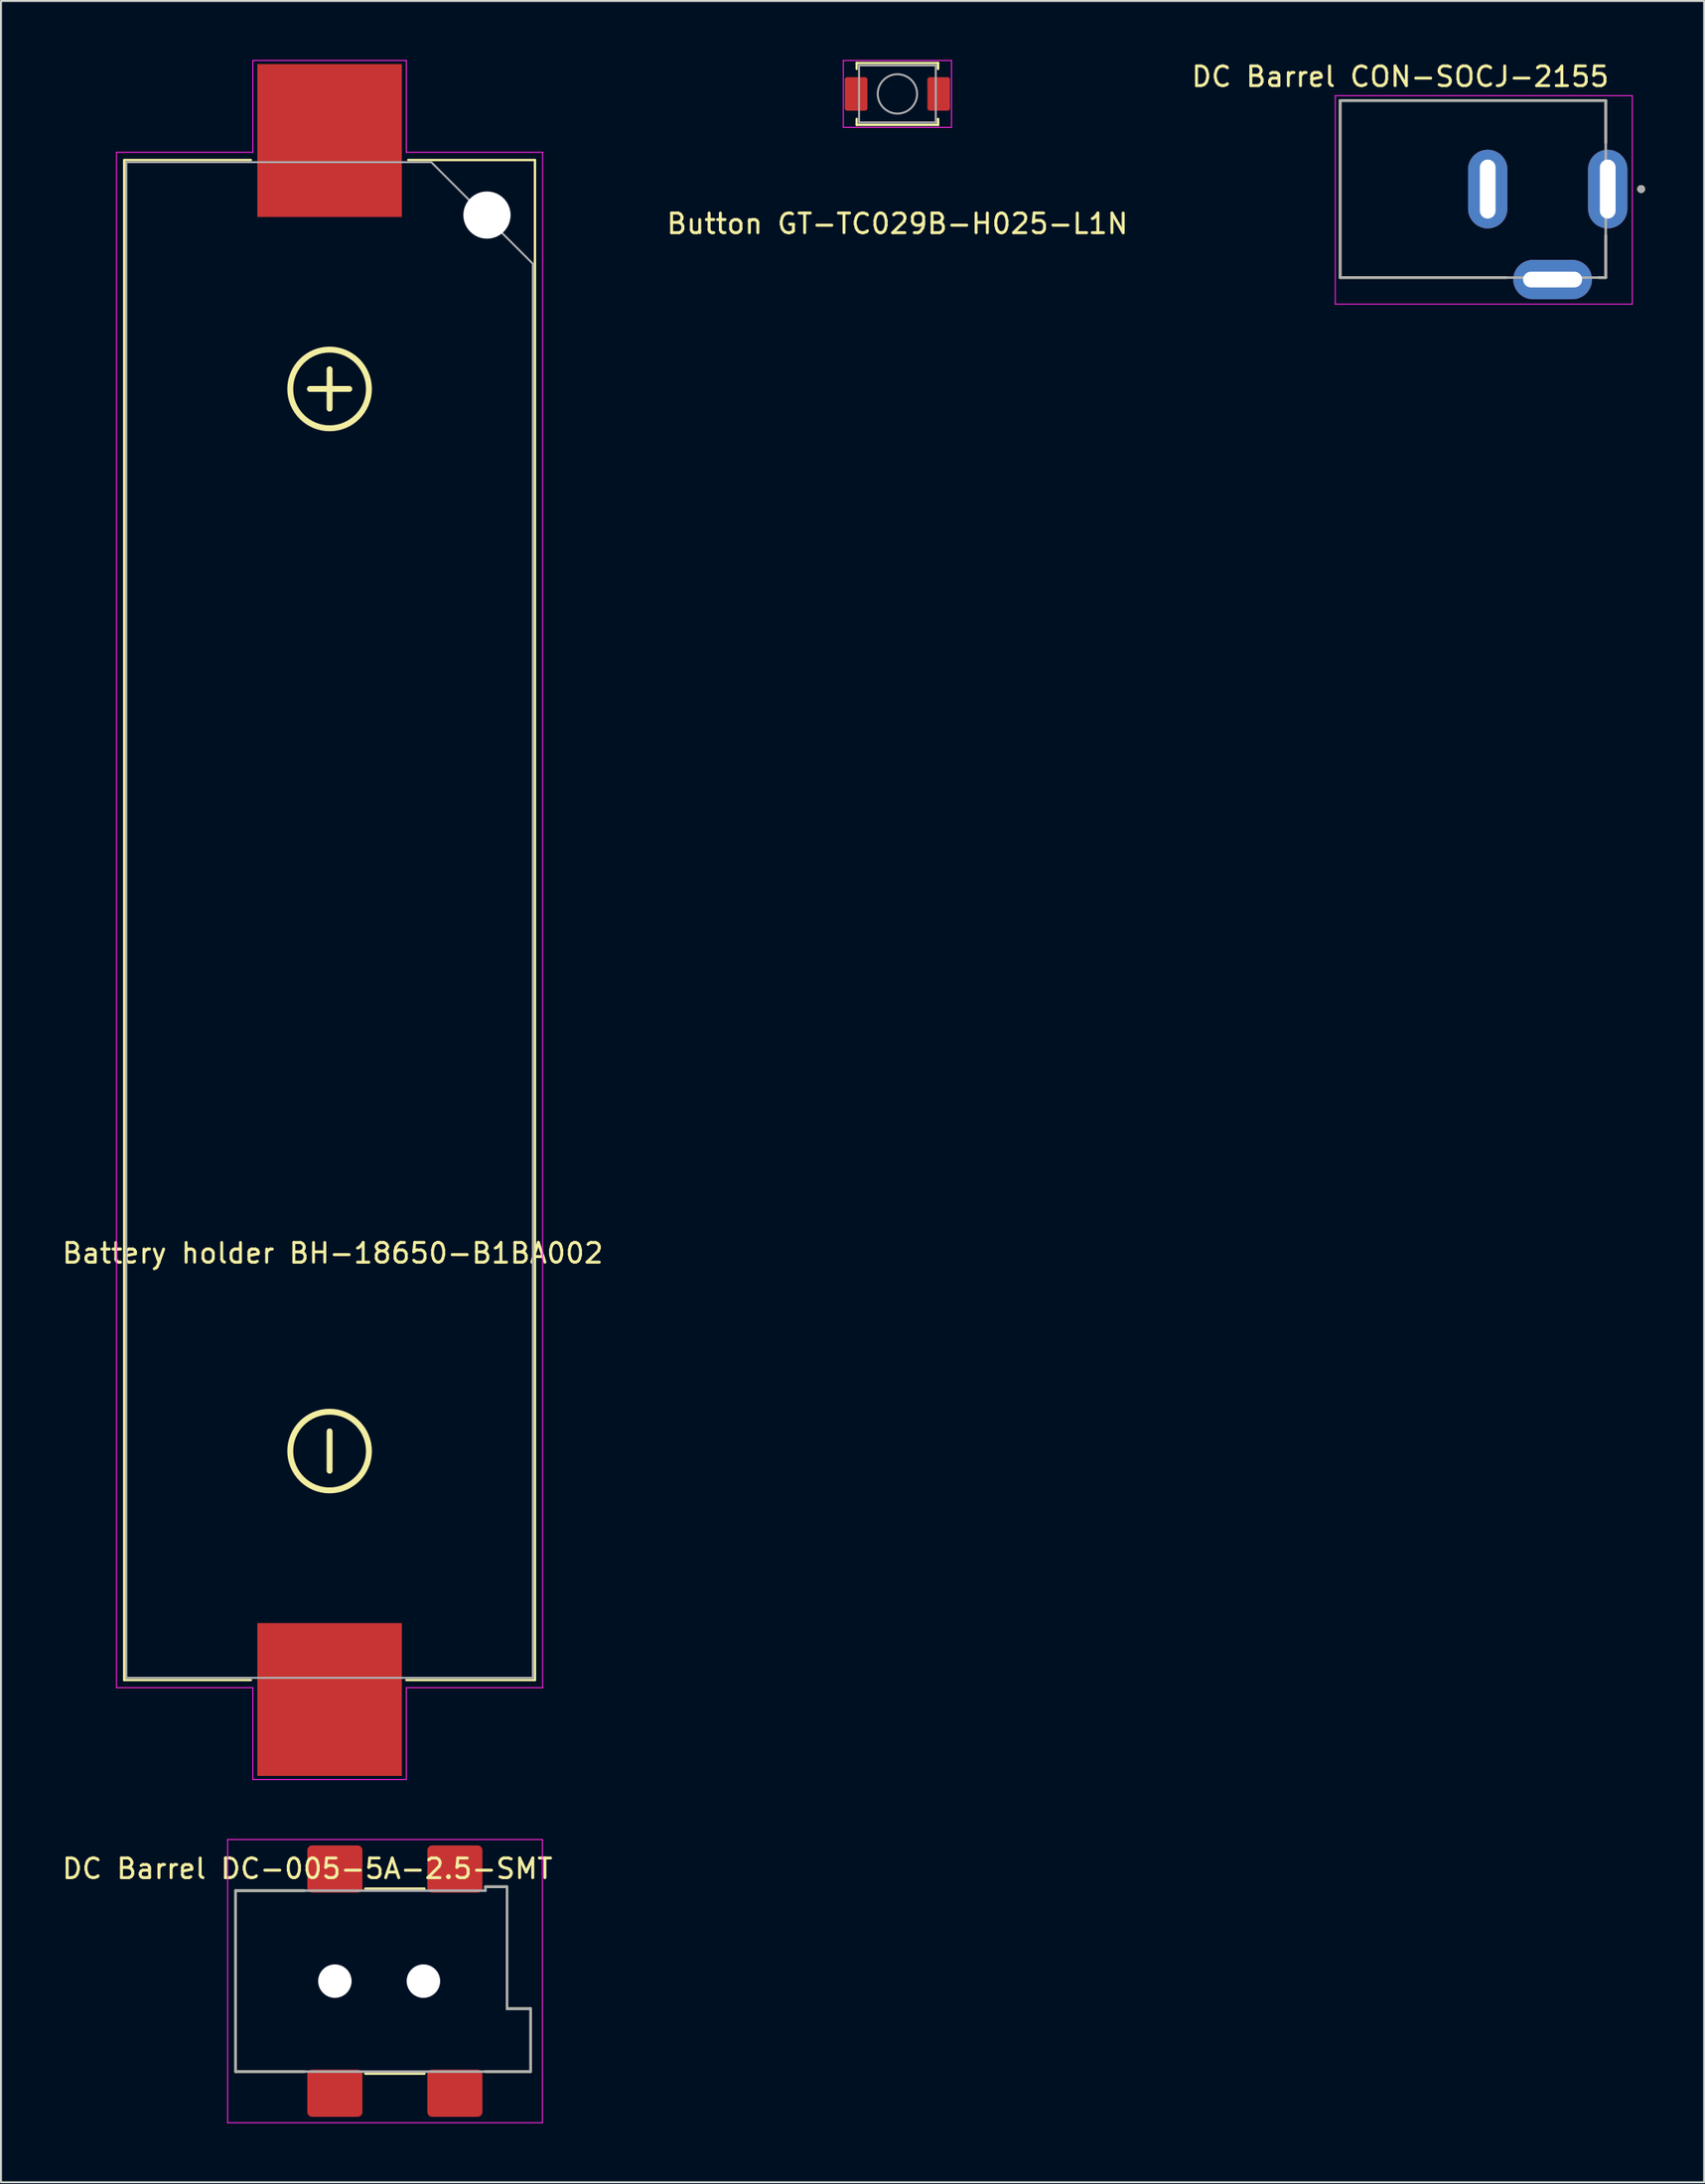
<source format=kicad_pcb>
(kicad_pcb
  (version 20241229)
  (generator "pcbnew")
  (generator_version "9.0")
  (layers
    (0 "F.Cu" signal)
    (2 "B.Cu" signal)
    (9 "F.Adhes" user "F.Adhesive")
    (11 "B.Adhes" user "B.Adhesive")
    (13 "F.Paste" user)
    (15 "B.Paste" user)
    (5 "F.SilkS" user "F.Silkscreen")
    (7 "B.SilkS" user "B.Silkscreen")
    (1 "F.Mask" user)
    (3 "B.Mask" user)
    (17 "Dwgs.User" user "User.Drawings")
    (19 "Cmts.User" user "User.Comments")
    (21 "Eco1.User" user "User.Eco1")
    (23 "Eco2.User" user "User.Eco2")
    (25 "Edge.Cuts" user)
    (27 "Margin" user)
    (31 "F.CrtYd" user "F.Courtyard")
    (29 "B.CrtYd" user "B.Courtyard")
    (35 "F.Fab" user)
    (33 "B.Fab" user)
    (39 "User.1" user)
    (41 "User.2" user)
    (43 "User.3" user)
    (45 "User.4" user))
  (footprint "Button GT-TC029B-H025-L1N"
    (layer "F.Cu")
    (at 42.565 1.725)
    (property "Reference" "Button GT-TC029B-H025-L1N" (at 0 6.6 0) (layer "F.SilkS") (effects (font (size 1 1) (thickness 0.15))))
    (attr smd)
    (fp_line (start -2.07 -1.57) (end 2.07 -1.57) (stroke (width 0.12) (type solid)) (layer "F.SilkS"))
    (fp_line (start -2.07 -1.27) (end -2.07 -1.57) (stroke (width 0.12) (type solid)) (layer "F.SilkS"))
    (fp_line (start -2.07 1.57) (end -2.07 1.27) (stroke (width 0.12) (type solid)) (layer "F.SilkS"))
    (fp_line (start 2.07 -1.57) (end 2.07 -1.27) (stroke (width 0.12) (type solid)) (layer "F.SilkS"))
    (fp_line (start 2.07 1.27) (end 2.07 1.57) (stroke (width 0.12) (type solid)) (layer "F.SilkS"))
    (fp_line (start 2.07 1.57) (end -2.07 1.57) (stroke (width 0.12) (type solid)) (layer "F.SilkS"))
    (fp_line (start -2.75 -1.7) (end 2.75 -1.7) (stroke (width 0.05) (type solid)) (layer "F.CrtYd"))
    (fp_line (start -2.75 1.7) (end -2.75 -1.7) (stroke (width 0.05) (type solid)) (layer "F.CrtYd"))
    (fp_line (start 2.75 -1.7) (end 2.75 1.7) (stroke (width 0.05) (type solid)) (layer "F.CrtYd"))
    (fp_line (start 2.75 1.7) (end -2.75 1.7) (stroke (width 0.05) (type solid)) (layer "F.CrtYd"))
    (fp_line (start -1.95 -1.45) (end 1.95 -1.45) (stroke (width 0.1) (type solid)) (layer "F.Fab"))
    (fp_line (start -1.95 1.45) (end -1.95 -1.45) (stroke (width 0.1) (type solid)) (layer "F.Fab"))
    (fp_line (start 1.95 -1.45) (end 1.95 1.45) (stroke (width 0.1) (type solid)) (layer "F.Fab"))
    (fp_line (start 1.95 1.45) (end -1.95 1.45) (stroke (width 0.1) (type solid)) (layer "F.Fab"))
    (fp_circle (center 0 0) (end 1 0) (stroke (width 0.1) (type solid)) (fill no) (layer "F.Fab"))
    (pad "1" smd roundrect (at -2.1 0) (size 1.15 1.7) (layers "F.Cu" "F.Mask" "F.Paste") (roundrect_rratio 0.1))
    (pad "2" smd roundrect (at 2.1 0) (size 1.15 1.7) (layers "F.Cu" "F.Mask" "F.Paste") (roundrect_rratio 0.1)))
  (footprint "DC Barrel DC-005-5A-2.5-SMT"
    (layer "F.Cu")
    (at 17.022 97.675)
    (property "Reference" "DC Barrel DC-005-5A-2.5-SMT" (at -4.445 -5.715 0) (layer "F.SilkS") (effects (font (size 1 1) (thickness 0.15))))
    (attr through_hole)
    (fp_line (start -8.1 -4.6) (end -4.6 -4.6) (stroke (width 0.127) (type solid)) (layer "F.SilkS"))
    (fp_line (start -8.1 4.6) (end -8.1 -4.6) (stroke (width 0.127) (type solid)) (layer "F.SilkS"))
    (fp_line (start -4.6 4.6) (end -8.1 4.6) (stroke (width 0.127) (type solid)) (layer "F.SilkS"))
    (fp_line (start 1.5 -4.7) (end -1.5 -4.7) (stroke (width 0.127) (type solid)) (layer "F.SilkS"))
    (fp_line (start 1.5 4.7) (end -1.5 4.7) (stroke (width 0.127) (type solid)) (layer "F.SilkS"))
    (fp_line (start 4.6 -4.8) (end 5.7 -4.8) (stroke (width 0.127) (type solid)) (layer "F.SilkS"))
    (fp_line (start 5.7 -4.8) (end 5.7 1.4) (stroke (width 0.127) (type solid)) (layer "F.SilkS"))
    (fp_line (start 5.7 1.4) (end 6.9 1.4) (stroke (width 0.127) (type solid)) (layer "F.SilkS"))
    (fp_line (start 6.9 1.4) (end 6.9 4.6) (stroke (width 0.127) (type solid)) (layer "F.SilkS"))
    (fp_line (start 6.9 4.6) (end 4.6 4.6) (stroke (width 0.127) (type solid)) (layer "F.SilkS"))
    (fp_line (start -8.5 -7.2) (end 7.5 -7.2) (stroke (width 0.05) (type solid)) (layer "F.CrtYd"))
    (fp_line (start -8.5 7.2) (end -8.5 -7.2) (stroke (width 0.05) (type solid)) (layer "F.CrtYd"))
    (fp_line (start 7.5 -7.2) (end 7.5 7.2) (stroke (width 0.05) (type solid)) (layer "F.CrtYd"))
    (fp_line (start 7.5 7.2) (end -8.5 7.2) (stroke (width 0.05) (type solid)) (layer "F.CrtYd"))
    (fp_line (start -8.1 -4.6) (end 4.6 -4.6) (stroke (width 0.127) (type solid)) (layer "F.Fab"))
    (fp_line (start -8.1 4.6) (end -8.1 -4.6) (stroke (width 0.127) (type solid)) (layer "F.Fab"))
    (fp_line (start 4.6 -4.8) (end 4.6 -4.6) (stroke (width 0.127) (type solid)) (layer "F.Fab"))
    (fp_line (start 5.7 -4.8) (end 4.6 -4.8) (stroke (width 0.127) (type solid)) (layer "F.Fab"))
    (fp_line (start 5.7 -4.8) (end 5.7 1.4) (stroke (width 0.127) (type solid)) (layer "F.Fab"))
    (fp_line (start 6.9 1.4) (end 5.7 1.4) (stroke (width 0.127) (type solid)) (layer "F.Fab"))
    (fp_line (start 6.9 1.4) (end 6.9 4.6) (stroke (width 0.127) (type solid)) (layer "F.Fab"))
    (fp_line (start 6.9 4.6) (end -8.1 4.6) (stroke (width 0.127) (type solid)) (layer "F.Fab"))
    (pad "" np_thru_hole circle (at -3.05 0) (size 1.7 1.7) (drill 1.7) (layers "*.Cu" "*.Mask"))
    (pad "" np_thru_hole circle (at 1.45 0) (size 1.7 1.7) (drill 1.7) (layers "*.Cu" "*.Mask"))
    (pad "1" smd roundrect (at -3.05 -5.7) (size 2.8 2.4) (layers "F.Cu" "F.Mask" "F.Paste") (roundrect_rratio 0.1))
    (pad "1" smd roundrect (at 3.05 -5.7) (size 2.8 2.4) (layers "F.Cu" "F.Mask" "F.Paste") (roundrect_rratio 0.1))
    (pad "2" smd roundrect (at -3.05 5.7) (size 2.8 2.4) (layers "F.Cu" "F.Mask" "F.Paste") (roundrect_rratio 0.1))
    (pad "3" smd roundrect (at 3.05 5.7) (size 2.8 2.4) (layers "F.Cu" "F.Mask" "F.Paste") (roundrect_rratio 0.1)))
  (footprint "DC Barrel CON-SOCJ-2155"
    (layer "F.Cu")
    (at 72.57 6.563)
    (property "Reference" "DC Barrel CON-SOCJ-2155" (at -4.445 -5.715 0) (layer "F.SilkS") (effects (font (size 1 1) (thickness 0.15))))
    (attr through_hole)
    (fp_line (start -7.5 -4.5) (end 6 -4.5) (stroke (width 0.127) (type solid)) (layer "F.SilkS"))
    (fp_line (start -7.5 4.5) (end -7.5 -4.5) (stroke (width 0.127) (type solid)) (layer "F.SilkS"))
    (fp_line (start 0.95 4.5) (end -7.5 4.5) (stroke (width 0.127) (type solid)) (layer "F.SilkS"))
    (fp_line (start 6 -4.5) (end 6 -2.35) (stroke (width 0.127) (type solid)) (layer "F.SilkS"))
    (fp_line (start 6 2.35) (end 6 4.5) (stroke (width 0.127) (type solid)) (layer "F.SilkS"))
    (fp_line (start 6 4.5) (end 5.65 4.5) (stroke (width 0.127) (type solid)) (layer "F.SilkS"))
    (fp_circle (center 7.8 0) (end 7.9 0) (stroke (width 0.2) (type solid)) (fill no) (layer "F.SilkS"))
    (fp_line (start -7.75 -4.75) (end 7.35 -4.75) (stroke (width 0.05) (type solid)) (layer "F.CrtYd"))
    (fp_line (start -7.75 5.85) (end -7.75 -4.75) (stroke (width 0.05) (type solid)) (layer "F.CrtYd"))
    (fp_line (start 7.35 -4.75) (end 7.35 5.85) (stroke (width 0.05) (type solid)) (layer "F.CrtYd"))
    (fp_line (start 7.35 5.85) (end -7.75 5.85) (stroke (width 0.05) (type solid)) (layer "F.CrtYd"))
    (fp_line (start -7.5 -4.5) (end 6 -4.5) (stroke (width 0.127) (type solid)) (layer "F.Fab"))
    (fp_line (start -7.5 4.5) (end -7.5 -4.5) (stroke (width 0.127) (type solid)) (layer "F.Fab"))
    (fp_line (start 6 -4.5) (end 6 4.5) (stroke (width 0.127) (type solid)) (layer "F.Fab"))
    (fp_line (start 6 4.5) (end -7.5 4.5) (stroke (width 0.127) (type solid)) (layer "F.Fab"))
    (fp_circle (center 7.8 0) (end 7.9 0) (stroke (width 0.2) (type solid)) (fill no) (layer "F.Fab"))
    (pad "1" thru_hole oval (at 6.1 0) (size 2 4) (drill oval 0.8 3) (layers "*.Cu" "*.Mask"))
    (pad "2" thru_hole oval (at 3.3 4.6) (size 4 2) (drill oval 3 0.8) (layers "*.Cu" "*.Mask"))
    (pad "3" thru_hole oval (at 0 0) (size 2 4) (drill oval 0.8 3) (layers "*.Cu" "*.Mask")))
  (footprint "Battery holder BH-18650-B1BA002"
    (layer "F.Cu")
    (at 13.703 43.725)
    (property "Reference" "Battery holder BH-18650-B1BA002" (at 0.16 16.94 0) (layer "F.SilkS") (effects (font (size 1 1) (thickness 0.15))))
    (attr smd)
    (fp_line (start -10.44 -38.64) (end -10.44 38.64) (stroke (width 0.12) (type solid)) (layer "F.SilkS"))
    (fp_line (start -10.44 38.64) (end -4 38.64) (stroke (width 0.12) (type solid)) (layer "F.SilkS"))
    (fp_line (start -4 -38.64) (end -10.42 -38.64) (stroke (width 0.12) (type solid)) (layer "F.SilkS"))
    (fp_line (start -1 -27) (end 1 -27) (stroke (width 0.3) (type default)) (layer "F.SilkS"))
    (fp_line (start 0 -28) (end 0 -26) (stroke (width 0.3) (type default)) (layer "F.SilkS"))
    (fp_line (start 0 26) (end 0 28) (stroke (width 0.3) (type default)) (layer "F.SilkS"))
    (fp_line (start 4 -38.64) (end 10.44 -38.64) (stroke (width 0.12) (type solid)) (layer "F.SilkS"))
    (fp_line (start 10.44 -38.64) (end 10.44 38.64) (stroke (width 0.12) (type solid)) (layer "F.SilkS"))
    (fp_line (start 10.44 38.64) (end 3.9 38.64) (stroke (width 0.12) (type solid)) (layer "F.SilkS"))
    (fp_circle (center 0 -27) (end 0 -29) (stroke (width 0.3) (type default)) (fill no) (layer "F.SilkS"))
    (fp_circle (center 0 27) (end 0 25) (stroke (width 0.3) (type default)) (fill no) (layer "F.SilkS"))
    (fp_line (start -10.83 -39.03) (end -3.9 -39.03) (stroke (width 0.05) (type solid)) (layer "F.CrtYd"))
    (fp_line (start -10.83 39.03) (end -10.83 -39.03) (stroke (width 0.05) (type solid)) (layer "F.CrtYd"))
    (fp_line (start -10.83 39.03) (end -3.9 39.03) (stroke (width 0.05) (type solid)) (layer "F.CrtYd"))
    (fp_line (start -3.9 -43.7) (end -3.9 -39.03) (stroke (width 0.05) (type solid)) (layer "F.CrtYd"))
    (fp_line (start -3.9 43.7) (end -3.9 39.03) (stroke (width 0.05) (type solid)) (layer "F.CrtYd"))
    (fp_line (start 3.9 -43.7) (end -3.9 -43.7) (stroke (width 0.05) (type solid)) (layer "F.CrtYd"))
    (fp_line (start 3.9 -39.03) (end 3.9 -43.7) (stroke (width 0.05) (type solid)) (layer "F.CrtYd"))
    (fp_line (start 3.9 39.03) (end 3.9 43.7) (stroke (width 0.05) (type solid)) (layer "F.CrtYd"))
    (fp_line (start 3.9 43.7) (end -3.9 43.7) (stroke (width 0.05) (type solid)) (layer "F.CrtYd"))
    (fp_line (start 10.83 -39.03) (end 3.9 -39.03) (stroke (width 0.05) (type solid)) (layer "F.CrtYd"))
    (fp_line (start 10.83 39.03) (end 3.9 39.03) (stroke (width 0.05) (type solid)) (layer "F.CrtYd"))
    (fp_line (start 10.83 39.03) (end 10.83 -39.03) (stroke (width 0.05) (type solid)) (layer "F.CrtYd"))
    (fp_line (start -10.33 -38.53) (end -10.33 38.53) (stroke (width 0.1) (type solid)) (layer "F.Fab"))
    (fp_line (start 5.168 -38.53) (end -10.33 -38.53) (stroke (width 0.1) (type solid)) (layer "F.Fab"))
    (fp_line (start 10.33 -33.367) (end 5.168 -38.53) (stroke (width 0.1) (type solid)) (layer "F.Fab"))
    (fp_line (start 10.33 -33.367) (end 10.33 38.53) (stroke (width 0.1) (type solid)) (layer "F.Fab"))
    (fp_line (start 10.33 38.53) (end -10.33 38.53) (stroke (width 0.1) (type solid)) (layer "F.Fab"))
    (pad "" np_thru_hole circle (at 8 -35.84 90) (size 2.4 2.4) (drill 2.4) (layers "*.Cu" "*.Mask"))
    (pad "1" smd rect (at 0 -39.63 270) (size 7.77 7.35) (layers "F.Cu" "F.Mask" "F.Paste"))
    (pad "2" smd rect (at 0 39.63 270) (size 7.77 7.35) (layers "F.Cu" "F.Mask" "F.Paste")))
  (gr_rect
    (start -3 -3)
    (end 83.57 107.9)
    (stroke (width 0.1) (type default))
    (fill no)
    (layer "Edge.Cuts")))
</source>
